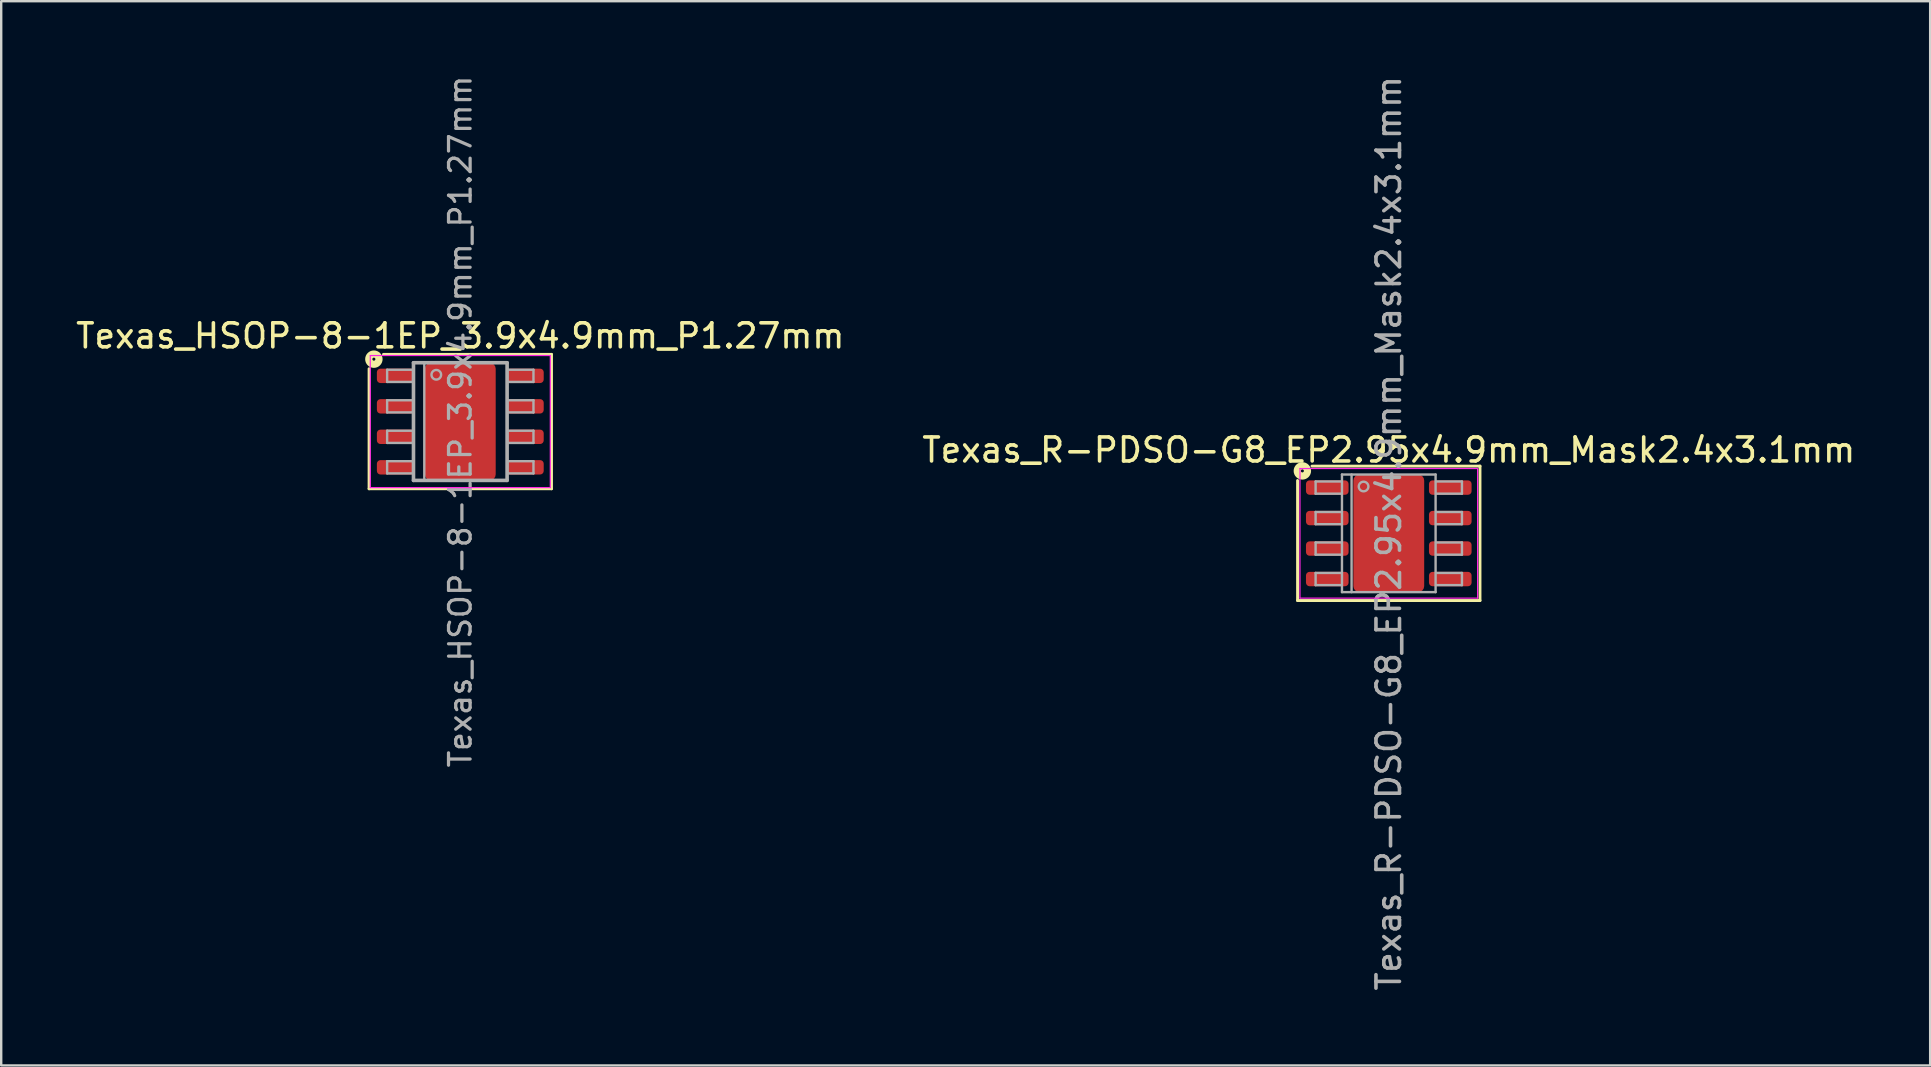
<source format=kicad_pcb>
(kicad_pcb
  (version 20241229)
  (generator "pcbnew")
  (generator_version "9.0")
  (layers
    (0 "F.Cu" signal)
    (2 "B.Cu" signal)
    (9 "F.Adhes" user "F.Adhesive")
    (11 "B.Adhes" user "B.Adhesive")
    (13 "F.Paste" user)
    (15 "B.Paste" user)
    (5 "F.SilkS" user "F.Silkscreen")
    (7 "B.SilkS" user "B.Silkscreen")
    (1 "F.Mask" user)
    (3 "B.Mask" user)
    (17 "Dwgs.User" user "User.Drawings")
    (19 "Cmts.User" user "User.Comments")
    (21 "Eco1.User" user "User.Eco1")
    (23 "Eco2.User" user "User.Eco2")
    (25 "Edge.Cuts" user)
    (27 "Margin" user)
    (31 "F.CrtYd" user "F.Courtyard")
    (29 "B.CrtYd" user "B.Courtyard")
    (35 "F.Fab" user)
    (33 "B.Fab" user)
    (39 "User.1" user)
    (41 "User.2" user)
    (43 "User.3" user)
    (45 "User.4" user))
  (footprint "Texas_R-PDSO-G8_EP2.95x4.9mm_Mask2.4x3.1mm"
    (layer "F.Cu")
    (at 54.804 19.167)
    (property "Reference" "Texas_R-PDSO-G8_EP2.95x4.9mm_Mask2.4x3.1mm" (at 0 -3.47 0) (layer "F.SilkS") (effects (font (size 1 1) (thickness 0.15))))
    (attr smd)
    (fp_line (start -3.8 -2.2) (end -3.8 2.8) (stroke (width 0.12) (type solid)) (layer "F.SilkS"))
    (fp_line (start -3.8 2.8) (end 3.8 2.8) (stroke (width 0.12) (type solid)) (layer "F.SilkS"))
    (fp_line (start 3.8 -2.8) (end -3.2 -2.8) (stroke (width 0.12) (type solid)) (layer "F.SilkS"))
    (fp_line (start 3.8 2.8) (end 3.8 -2.8) (stroke (width 0.12) (type solid)) (layer "F.SilkS"))
    (fp_circle (center -3.6 -2.6) (end -3.537 -2.6) (stroke (width 0.3) (type solid)) (fill no) (layer "F.SilkS"))
    (fp_line (start -3.7 -2.7) (end -3.7 2.7) (stroke (width 0.05) (type solid)) (layer "F.CrtYd"))
    (fp_line (start -3.7 2.7) (end 3.7 2.7) (stroke (width 0.05) (type solid)) (layer "F.CrtYd"))
    (fp_line (start 3.7 -2.7) (end -3.7 -2.7) (stroke (width 0.05) (type solid)) (layer "F.CrtYd"))
    (fp_line (start 3.7 2.7) (end 3.7 -2.7) (stroke (width 0.05) (type solid)) (layer "F.CrtYd"))
    (fp_line (start -3.048 -2.159) (end -3.048 -1.651) (stroke (width 0.1) (type solid)) (layer "F.Fab"))
    (fp_line (start -3.048 -2.159) (end -1.968 -2.159) (stroke (width 0.1) (type solid)) (layer "F.Fab"))
    (fp_line (start -3.048 -1.651) (end -1.968 -1.651) (stroke (width 0.1) (type solid)) (layer "F.Fab"))
    (fp_line (start -3.048 -0.889) (end -3.048 -0.381) (stroke (width 0.1) (type solid)) (layer "F.Fab"))
    (fp_line (start -3.048 -0.889) (end -1.968 -0.889) (stroke (width 0.1) (type solid)) (layer "F.Fab"))
    (fp_line (start -3.048 -0.381) (end -1.968 -0.381) (stroke (width 0.1) (type solid)) (layer "F.Fab"))
    (fp_line (start -3.048 0.381) (end -3.048 0.889) (stroke (width 0.1) (type solid)) (layer "F.Fab"))
    (fp_line (start -3.048 0.381) (end -1.968 0.381) (stroke (width 0.1) (type solid)) (layer "F.Fab"))
    (fp_line (start -3.048 0.889) (end -1.968 0.889) (stroke (width 0.1) (type solid)) (layer "F.Fab"))
    (fp_line (start -3.048 1.651) (end -3.048 2.159) (stroke (width 0.1) (type solid)) (layer "F.Fab"))
    (fp_line (start -3.048 1.651) (end -1.968 1.651) (stroke (width 0.1) (type solid)) (layer "F.Fab"))
    (fp_line (start -3.048 2.159) (end -1.968 2.159) (stroke (width 0.1) (type solid)) (layer "F.Fab"))
    (fp_line (start -1.95 -2.45) (end 1.95 -2.45) (stroke (width 0.1) (type solid)) (layer "F.Fab"))
    (fp_line (start -1.95 2.45) (end -1.95 -2.45) (stroke (width 0.1) (type solid)) (layer "F.Fab"))
    (fp_line (start -1.55 -2.45) (end -1.55 2.45) (stroke (width 0.1) (type solid)) (layer "F.Fab"))
    (fp_line (start 1.95 -2.45) (end 1.95 2.45) (stroke (width 0.1) (type solid)) (layer "F.Fab"))
    (fp_line (start 1.95 2.45) (end -1.95 2.45) (stroke (width 0.1) (type solid)) (layer "F.Fab"))
    (fp_line (start 3.048 -2.159) (end 1.968 -2.159) (stroke (width 0.1) (type solid)) (layer "F.Fab"))
    (fp_line (start 3.048 -1.651) (end 1.968 -1.651) (stroke (width 0.1) (type solid)) (layer "F.Fab"))
    (fp_line (start 3.048 -1.651) (end 3.048 -2.159) (stroke (width 0.1) (type solid)) (layer "F.Fab"))
    (fp_line (start 3.048 -0.889) (end 1.968 -0.889) (stroke (width 0.1) (type solid)) (layer "F.Fab"))
    (fp_line (start 3.048 -0.381) (end 1.968 -0.381) (stroke (width 0.1) (type solid)) (layer "F.Fab"))
    (fp_line (start 3.048 -0.381) (end 3.048 -0.889) (stroke (width 0.1) (type solid)) (layer "F.Fab"))
    (fp_line (start 3.048 0.381) (end 1.968 0.381) (stroke (width 0.1) (type solid)) (layer "F.Fab"))
    (fp_line (start 3.048 0.889) (end 1.968 0.889) (stroke (width 0.1) (type solid)) (layer "F.Fab"))
    (fp_line (start 3.048 0.889) (end 3.048 0.381) (stroke (width 0.1) (type solid)) (layer "F.Fab"))
    (fp_line (start 3.048 1.651) (end 1.968 1.651) (stroke (width 0.1) (type solid)) (layer "F.Fab"))
    (fp_line (start 3.048 2.159) (end 1.968 2.159) (stroke (width 0.1) (type solid)) (layer "F.Fab"))
    (fp_line (start 3.048 2.159) (end 3.048 1.651) (stroke (width 0.1) (type solid)) (layer "F.Fab"))
    (fp_circle (center -1.05 -1.95) (end -0.85 -1.95) (stroke (width 0.1) (type solid)) (fill no) (layer "F.Fab"))
    (fp_text user "${REFERENCE}" (at 0 0 90) (layer "F.Fab") (effects (font (size 0.98 0.98) (thickness 0.15))))
    (pad "" smd roundrect (at -0.6 -1.03) (size 0.97 0.83) (layers "F.Paste") (roundrect_rratio 0.25))
    (pad "" smd roundrect (at -0.6 0) (size 0.97 0.83) (layers "F.Paste") (roundrect_rratio 0.25))
    (pad "" smd roundrect (at -0.6 1.03) (size 0.97 0.83) (layers "F.Paste") (roundrect_rratio 0.25))
    (pad "" smd roundrect (at 0 0) (size 2.4 3.1) (layers "F.Mask") (roundrect_rratio 0.104))
    (pad "" smd roundrect (at 0.6 -1.03) (size 0.97 0.83) (layers "F.Paste") (roundrect_rratio 0.25))
    (pad "" smd roundrect (at 0.6 0) (size 0.97 0.83) (layers "F.Paste") (roundrect_rratio 0.25))
    (pad "" smd roundrect (at 0.6 1.03) (size 0.97 0.83) (layers "F.Paste") (roundrect_rratio 0.25))
    (pad "1" smd roundrect (at -2.562 -1.905) (size 1.775 0.6) (layers "F.Cu" "F.Mask" "F.Paste") (roundrect_rratio 0.25))
    (pad "2" smd roundrect (at -2.562 -0.635) (size 1.775 0.6) (layers "F.Cu" "F.Mask" "F.Paste") (roundrect_rratio 0.25))
    (pad "3" smd roundrect (at -2.562 0.635) (size 1.775 0.6) (layers "F.Cu" "F.Mask" "F.Paste") (roundrect_rratio 0.25))
    (pad "4" smd roundrect (at -2.562 1.905) (size 1.775 0.6) (layers "F.Cu" "F.Mask" "F.Paste") (roundrect_rratio 0.25))
    (pad "5" smd roundrect (at 2.562 1.905) (size 1.775 0.6) (layers "F.Cu" "F.Mask" "F.Paste") (roundrect_rratio 0.25))
    (pad "6" smd roundrect (at 2.562 0.635) (size 1.775 0.6) (layers "F.Cu" "F.Mask" "F.Paste") (roundrect_rratio 0.25))
    (pad "7" smd roundrect (at 2.562 -0.635) (size 1.775 0.6) (layers "F.Cu" "F.Mask" "F.Paste") (roundrect_rratio 0.25))
    (pad "8" smd roundrect (at 2.562 -1.905) (size 1.775 0.6) (layers "F.Cu" "F.Mask" "F.Paste") (roundrect_rratio 0.25))
    (pad "9" smd roundrect (at 0 0) (size 2.95 4.9) (layers "F.Cu") (roundrect_rratio 0.085)))
  (footprint "Texas_HSOP-8-1EP_3.9x4.9mm_P1.27mm"
    (layer "F.Cu")
    (at 16.125 14.512)
    (property "Reference" "Texas_HSOP-8-1EP_3.9x4.9mm_P1.27mm" (at 0 -3.57 0) (layer "F.SilkS") (effects (font (size 1 1) (thickness 0.15))))
    (attr smd)
    (fp_line (start -3.8 -2.2) (end -3.8 2.8) (stroke (width 0.12) (type solid)) (layer "F.SilkS"))
    (fp_line (start -3.8 2.8) (end 3.8 2.8) (stroke (width 0.12) (type solid)) (layer "F.SilkS"))
    (fp_line (start 3.8 -2.8) (end -3.2 -2.8) (stroke (width 0.12) (type solid)) (layer "F.SilkS"))
    (fp_line (start 3.8 2.8) (end 3.8 -2.8) (stroke (width 0.12) (type solid)) (layer "F.SilkS"))
    (fp_circle (center -3.6 -2.6) (end -3.537 -2.6) (stroke (width 0.3) (type solid)) (fill no) (layer "F.SilkS"))
    (fp_line (start -3.75 -2.75) (end -3.75 2.75) (stroke (width 0.05) (type solid)) (layer "F.CrtYd"))
    (fp_line (start -3.75 -2.75) (end 3.75 -2.75) (stroke (width 0.05) (type solid)) (layer "F.CrtYd"))
    (fp_line (start -3.75 2.75) (end 3.75 2.75) (stroke (width 0.05) (type solid)) (layer "F.CrtYd"))
    (fp_line (start 3.75 -2.75) (end 3.75 2.75) (stroke (width 0.05) (type solid)) (layer "F.CrtYd"))
    (fp_line (start -3.048 -2.159) (end -3.048 -1.651) (stroke (width 0.1) (type solid)) (layer "F.Fab"))
    (fp_line (start -3.048 -2.159) (end -1.968 -2.159) (stroke (width 0.1) (type solid)) (layer "F.Fab"))
    (fp_line (start -3.048 -1.651) (end -1.968 -1.651) (stroke (width 0.1) (type solid)) (layer "F.Fab"))
    (fp_line (start -3.048 -0.889) (end -3.048 -0.381) (stroke (width 0.1) (type solid)) (layer "F.Fab"))
    (fp_line (start -3.048 -0.889) (end -1.968 -0.889) (stroke (width 0.1) (type solid)) (layer "F.Fab"))
    (fp_line (start -3.048 -0.381) (end -1.968 -0.381) (stroke (width 0.1) (type solid)) (layer "F.Fab"))
    (fp_line (start -3.048 0.381) (end -3.048 0.889) (stroke (width 0.1) (type solid)) (layer "F.Fab"))
    (fp_line (start -3.048 0.381) (end -1.968 0.381) (stroke (width 0.1) (type solid)) (layer "F.Fab"))
    (fp_line (start -3.048 0.889) (end -1.968 0.889) (stroke (width 0.1) (type solid)) (layer "F.Fab"))
    (fp_line (start -3.048 1.651) (end -3.048 2.159) (stroke (width 0.1) (type solid)) (layer "F.Fab"))
    (fp_line (start -3.048 1.651) (end -1.968 1.651) (stroke (width 0.1) (type solid)) (layer "F.Fab"))
    (fp_line (start -3.048 2.159) (end -1.968 2.159) (stroke (width 0.1) (type solid)) (layer "F.Fab"))
    (fp_line (start -1.95 -2.45) (end 1.95 -2.45) (stroke (width 0.15) (type solid)) (layer "F.Fab"))
    (fp_line (start -1.95 2.45) (end -1.95 -2.45) (stroke (width 0.15) (type solid)) (layer "F.Fab"))
    (fp_line (start -1.5 -2.45) (end -1.5 2.45) (stroke (width 0.1) (type solid)) (layer "F.Fab"))
    (fp_line (start 1.95 -2.45) (end 1.95 2.45) (stroke (width 0.15) (type solid)) (layer "F.Fab"))
    (fp_line (start 1.95 2.45) (end -1.95 2.45) (stroke (width 0.15) (type solid)) (layer "F.Fab"))
    (fp_line (start 3.048 -2.159) (end 1.968 -2.159) (stroke (width 0.1) (type solid)) (layer "F.Fab"))
    (fp_line (start 3.048 -1.651) (end 1.968 -1.651) (stroke (width 0.1) (type solid)) (layer "F.Fab"))
    (fp_line (start 3.048 -1.651) (end 3.048 -2.159) (stroke (width 0.1) (type solid)) (layer "F.Fab"))
    (fp_line (start 3.048 -0.889) (end 1.968 -0.889) (stroke (width 0.1) (type solid)) (layer "F.Fab"))
    (fp_line (start 3.048 -0.381) (end 1.968 -0.381) (stroke (width 0.1) (type solid)) (layer "F.Fab"))
    (fp_line (start 3.048 -0.381) (end 3.048 -0.889) (stroke (width 0.1) (type solid)) (layer "F.Fab"))
    (fp_line (start 3.048 0.381) (end 1.968 0.381) (stroke (width 0.1) (type solid)) (layer "F.Fab"))
    (fp_line (start 3.048 0.889) (end 1.968 0.889) (stroke (width 0.1) (type solid)) (layer "F.Fab"))
    (fp_line (start 3.048 0.889) (end 3.048 0.381) (stroke (width 0.1) (type solid)) (layer "F.Fab"))
    (fp_line (start 3.048 1.651) (end 1.968 1.651) (stroke (width 0.1) (type solid)) (layer "F.Fab"))
    (fp_line (start 3.048 2.159) (end 1.968 2.159) (stroke (width 0.1) (type solid)) (layer "F.Fab"))
    (fp_line (start 3.048 2.159) (end 3.048 1.651) (stroke (width 0.1) (type solid)) (layer "F.Fab"))
    (fp_circle (center -1 -1.95) (end -0.8 -1.95) (stroke (width 0.1) (type solid)) (fill no) (layer "F.Fab"))
    (fp_text user "${REFERENCE}" (at 0 0 90) (layer "F.Fab") (effects (font (size 0.9 0.9) (thickness 0.135))))
    (pad "" smd roundrect (at -0.6 -0.8) (size 0.9 1.2) (layers "F.Paste") (roundrect_rratio 0.25))
    (pad "" smd roundrect (at -0.6 0.8) (size 0.9 1.2) (layers "F.Paste") (roundrect_rratio 0.25))
    (pad "" smd roundrect (at 0 0) (size 2.6 3.1) (layers "F.Mask") (roundrect_rratio 0.096))
    (pad "" smd roundrect (at 0.6 -0.8) (size 0.9 1.2) (layers "F.Paste") (roundrect_rratio 0.25))
    (pad "" smd roundrect (at 0.6 0.8) (size 0.9 1.2) (layers "F.Paste") (roundrect_rratio 0.25))
    (pad "1" smd roundrect (at -2.7 -1.905) (size 1.55 0.6) (layers "F.Cu" "F.Mask" "F.Paste") (roundrect_rratio 0.25))
    (pad "2" smd roundrect (at -2.7 -0.635) (size 1.55 0.6) (layers "F.Cu" "F.Mask" "F.Paste") (roundrect_rratio 0.25))
    (pad "3" smd roundrect (at -2.7 0.635) (size 1.55 0.6) (layers "F.Cu" "F.Mask" "F.Paste") (roundrect_rratio 0.25))
    (pad "4" smd roundrect (at -2.7 1.905) (size 1.55 0.6) (layers "F.Cu" "F.Mask" "F.Paste") (roundrect_rratio 0.25))
    (pad "5" smd roundrect (at 2.7 1.905) (size 1.55 0.6) (layers "F.Cu" "F.Mask" "F.Paste") (roundrect_rratio 0.25))
    (pad "6" smd roundrect (at 2.7 0.635) (size 1.55 0.6) (layers "F.Cu" "F.Mask" "F.Paste") (roundrect_rratio 0.25))
    (pad "7" smd roundrect (at 2.7 -0.635) (size 1.55 0.6) (layers "F.Cu" "F.Mask" "F.Paste") (roundrect_rratio 0.25))
    (pad "8" smd roundrect (at 2.7 -1.905) (size 1.55 0.6) (layers "F.Cu" "F.Mask" "F.Paste") (roundrect_rratio 0.25))
    (pad "9" smd roundrect (at 0 0) (size 2.95 4.9) (layers "F.Cu") (roundrect_rratio 0.085)))
  (gr_rect
    (start -3 -3)
    (end 77.357 41.334)
    (stroke (width 0.1) (type default))
    (fill no)
    (layer "Edge.Cuts")))
</source>
